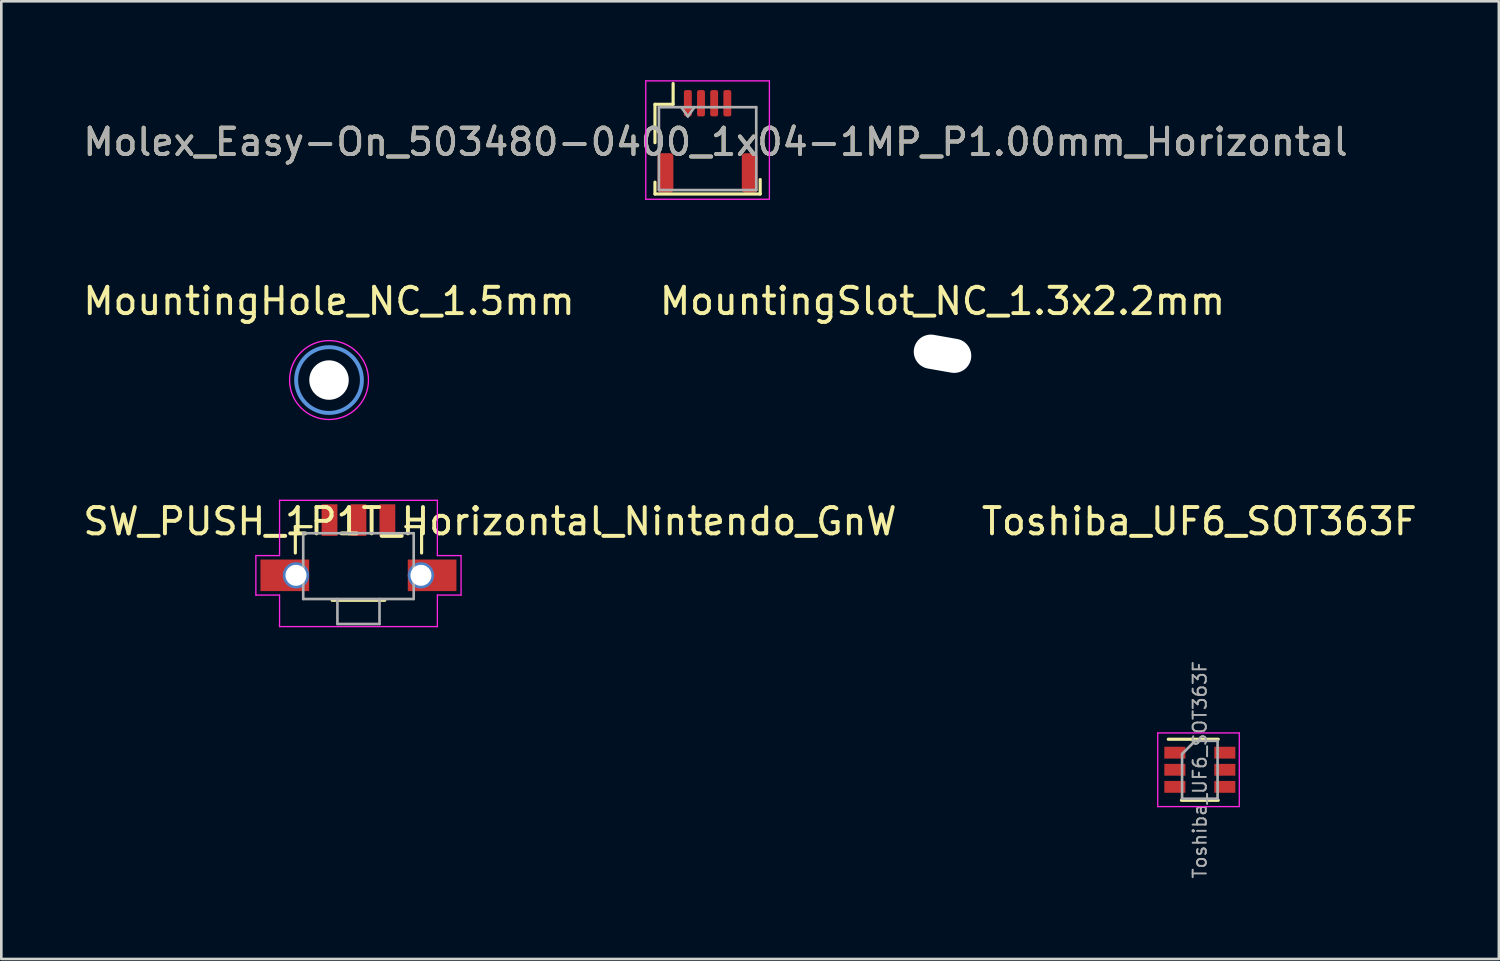
<source format=kicad_pcb>
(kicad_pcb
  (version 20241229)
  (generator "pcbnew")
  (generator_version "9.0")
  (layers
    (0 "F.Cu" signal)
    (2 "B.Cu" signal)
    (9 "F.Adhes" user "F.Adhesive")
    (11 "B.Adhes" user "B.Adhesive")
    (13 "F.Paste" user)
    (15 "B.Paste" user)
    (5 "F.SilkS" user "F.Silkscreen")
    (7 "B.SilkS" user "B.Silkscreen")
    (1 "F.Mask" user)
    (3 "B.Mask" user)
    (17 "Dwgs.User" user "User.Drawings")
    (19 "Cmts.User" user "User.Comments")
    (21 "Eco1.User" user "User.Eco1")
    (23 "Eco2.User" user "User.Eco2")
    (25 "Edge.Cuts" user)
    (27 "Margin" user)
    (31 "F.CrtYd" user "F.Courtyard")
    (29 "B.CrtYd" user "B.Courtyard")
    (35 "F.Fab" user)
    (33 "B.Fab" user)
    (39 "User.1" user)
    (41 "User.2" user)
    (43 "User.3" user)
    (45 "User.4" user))
  (footprint "MountingSlot_NC_1.3x2.2mm"
    (layer "F.Cu")
    (at 32.78 10.398)
    (property "Reference" "MountingSlot_NC_1.3x2.2mm" (at 0 -2 0) (layer "F.SilkS") (effects (font (size 1 1) (thickness 0.15))))
    (attr through_hole)
    (pad "" np_thru_hole oval (at 0 0 350) (size 2.2 1.3) (drill oval 2.2 1.3) (layers "*.Cu" "*.Mask")))
  (footprint "MountingHole_NC_1.5mm"
    (layer "F.Cu")
    (at 9.458 11.398)
    (property "Reference" "MountingHole_NC_1.5mm" (at 0 -3 0) (layer "F.SilkS") (effects (font (size 1 1) (thickness 0.15))))
    (attr through_hole)
    (fp_circle (center 0 0) (end 1.25 0) (stroke (width 0.15) (type solid)) (fill no) (layer "Cmts.User"))
    (fp_circle (center 0 0) (end 1.5 0) (stroke (width 0.05) (type solid)) (fill no) (layer "F.CrtYd"))
    (pad "" np_thru_hole circle (at 0 0) (size 1.5 1.5) (drill 1.5) (layers "*.Cu" "*.Mask")))
  (footprint "Molex_Easy-On_503480-0400_1x04-1MP_P1.00mm_Horizontal"
    (layer "F.Cu")
    (at 23.099 0.875)
    (property "Reference" "Molex_Easy-On_503480-0400_1x04-1MP_P1.00mm_Horizontal" (at 1.05 1.475 0) (layer "F.SilkS") (effects (font (size 1 1) (thickness 0.15))))
    (attr through_hole)
    (fp_line (start -1.25 0.04) (end -0.56 0.04) (stroke (width 0.12) (type solid)) (layer "F.SilkS"))
    (fp_line (start -1.25 1.5) (end -1.25 0.04) (stroke (width 0.12) (type solid)) (layer "F.SilkS"))
    (fp_line (start -1.25 3) (end -1.25 3.45) (stroke (width 0.12) (type solid)) (layer "F.SilkS"))
    (fp_line (start -1.25 3.45) (end 2.75 3.45) (stroke (width 0.12) (type solid)) (layer "F.SilkS"))
    (fp_line (start -0.56 0.04) (end -0.56 -0.75) (stroke (width 0.12) (type solid)) (layer "F.SilkS"))
    (fp_line (start 2.75 3.45) (end 2.75 2.9) (stroke (width 0.12) (type solid)) (layer "F.SilkS"))
    (fp_line (start -1.6 -0.85) (end -1.6 3.65) (stroke (width 0.05) (type solid)) (layer "F.CrtYd"))
    (fp_line (start 3.1 -0.85) (end -1.6 -0.85) (stroke (width 0.05) (type solid)) (layer "F.CrtYd"))
    (fp_line (start 3.1 -0.85) (end 3.1 3.65) (stroke (width 0.05) (type solid)) (layer "F.CrtYd"))
    (fp_line (start 3.1 3.65) (end -1.6 3.65) (stroke (width 0.05) (type solid)) (layer "F.CrtYd"))
    (fp_line (start -1.1 0.15) (end -1.1 3.3) (stroke (width 0.1) (type solid)) (layer "F.Fab"))
    (fp_line (start -1.1 0.15) (end 2.6 0.15) (stroke (width 0.1) (type solid)) (layer "F.Fab"))
    (fp_line (start -1.1 3.3) (end 2.6 3.3) (stroke (width 0.1) (type solid)) (layer "F.Fab"))
    (fp_line (start -0.25 0.15) (end 0 0.5) (stroke (width 0.1) (type solid)) (layer "F.Fab"))
    (fp_line (start 0 0.5) (end 0.25 0.15) (stroke (width 0.1) (type solid)) (layer "F.Fab"))
    (fp_line (start 2.6 0.15) (end 2.6 3.3) (stroke (width 0.1) (type solid)) (layer "F.Fab"))
    (fp_text user "${REFERENCE}" (at 1.05 1.475 0) (layer "F.Fab") (effects (font (size 1 1) (thickness 0.15))))
    (pad "1" smd roundrect (at 0 0) (size 0.3 1) (layers "F.Cu" "F.Mask" "F.Paste") (roundrect_rratio 0.25))
    (pad "2" smd roundrect (at 0.5 0) (size 0.3 1) (layers "F.Cu" "F.Mask" "F.Paste") (roundrect_rratio 0.25))
    (pad "3" smd roundrect (at 1 0) (size 0.3 1) (layers "F.Cu" "F.Mask" "F.Paste") (roundrect_rratio 0.25))
    (pad "4" smd roundrect (at 1.5 0) (size 0.3 1) (layers "F.Cu" "F.Mask" "F.Paste") (roundrect_rratio 0.25))
    (pad "MP" smd roundrect (at -0.85 2.65) (size 0.6 1.5) (layers "F.Cu" "F.Mask" "F.Paste") (roundrect_rratio 0.208))
    (pad "MP" smd roundrect (at 2.35 2.65) (size 0.6 1.5) (layers "F.Cu" "F.Mask" "F.Paste") (roundrect_rratio 0.208)))
  (footprint "SW_PUSH_1P1T_Horizontal_Nintendo_GnW"
    (layer "F.Cu")
    (at 10.577 18.471)
    (property "Reference" "SW_PUSH_1P1T_Horizontal_Nintendo_GnW" (at 5 -1.7 0) (layer "F.SilkS") (effects (font (size 1 1) (thickness 0.15))))
    (attr through_hole)
    (fp_line (start -2.4 -1.5) (end -2.4 -0.5) (stroke (width 0.12) (type solid)) (layer "F.SilkS"))
    (fp_line (start -1.8 -1.5) (end -2.4 -1.5) (stroke (width 0.12) (type solid)) (layer "F.SilkS"))
    (fp_line (start -1 1.3) (end 1 1.3) (stroke (width 0.12) (type solid)) (layer "F.SilkS"))
    (fp_line (start 1.8 -1.5) (end 2.4 -1.5) (stroke (width 0.12) (type solid)) (layer "F.SilkS"))
    (fp_line (start 2.4 -1.5) (end 2.4 -0.5) (stroke (width 0.12) (type solid)) (layer "F.SilkS"))
    (fp_line (start -3 1.75) (end -1.575 1.75) (stroke (width 0.12) (type solid)) (layer "Eco2.User"))
    (fp_line (start -1.575 -0.75) (end 1.575 -0.75) (stroke (width 0.12) (type solid)) (layer "Eco2.User"))
    (fp_line (start -1.575 1.75) (end -1.575 -0.75) (stroke (width 0.12) (type solid)) (layer "Eco2.User"))
    (fp_line (start 1.575 1.75) (end 1.575 -0.75) (stroke (width 0.12) (type solid)) (layer "Eco2.User"))
    (fp_line (start 3 1.75) (end 1.575 1.75) (stroke (width 0.12) (type solid)) (layer "Eco2.User"))
    (fp_line (start -3.9 -0.4) (end -3 -0.4) (stroke (width 0.05) (type solid)) (layer "F.CrtYd"))
    (fp_line (start -3.9 1.1) (end -3.9 -0.4) (stroke (width 0.05) (type solid)) (layer "F.CrtYd"))
    (fp_line (start -3.9 1.1) (end -3 1.1) (stroke (width 0.05) (type solid)) (layer "F.CrtYd"))
    (fp_line (start -3 -2.5) (end 3 -2.5) (stroke (width 0.05) (type solid)) (layer "F.CrtYd"))
    (fp_line (start -3 -0.4) (end -3 -2.5) (stroke (width 0.05) (type solid)) (layer "F.CrtYd"))
    (fp_line (start -3 2.3) (end -3 1.1) (stroke (width 0.05) (type solid)) (layer "F.CrtYd"))
    (fp_line (start -3 2.3) (end 3 2.3) (stroke (width 0.05) (type solid)) (layer "F.CrtYd"))
    (fp_line (start 3 -0.4) (end 3 -2.5) (stroke (width 0.05) (type solid)) (layer "F.CrtYd"))
    (fp_line (start 3 1.1) (end 3.9 1.1) (stroke (width 0.05) (type solid)) (layer "F.CrtYd"))
    (fp_line (start 3 2.3) (end 3 1.1) (stroke (width 0.05) (type solid)) (layer "F.CrtYd"))
    (fp_line (start 3.9 -0.4) (end 3 -0.4) (stroke (width 0.05) (type solid)) (layer "F.CrtYd"))
    (fp_line (start 3.9 1.1) (end 3.9 -0.4) (stroke (width 0.05) (type solid)) (layer "F.CrtYd"))
    (fp_line (start -2.1 -1.25) (end -2.1 1.25) (stroke (width 0.1) (type solid)) (layer "F.Fab"))
    (fp_line (start -2.1 -1.25) (end 2.1 -1.25) (stroke (width 0.1) (type solid)) (layer "F.Fab"))
    (fp_line (start -2.1 1.25) (end 2.1 1.25) (stroke (width 0.1) (type solid)) (layer "F.Fab"))
    (fp_line (start -0.8 2.2) (end -0.8 1.25) (stroke (width 0.1) (type solid)) (layer "F.Fab"))
    (fp_line (start -0.8 2.2) (end 0.8 2.2) (stroke (width 0.1) (type solid)) (layer "F.Fab"))
    (fp_line (start 0.8 2.2) (end 0.8 1.25) (stroke (width 0.1) (type solid)) (layer "F.Fab"))
    (fp_line (start 2.1 -1.25) (end 2.1 1.25) (stroke (width 0.1) (type solid)) (layer "F.Fab"))
    (fp_text user "PCB EDGE CUT" (at 0.075 2.175 0) (layer "Eco2.User") (effects (font (size 0.5 0.5) (thickness 0.1))))
    (pad "1" smd rect (at -1.1 -1.75) (size 0.6 1.2) (layers "F.Cu" "F.Mask" "F.Paste"))
    (pad "1" smd rect (at 1.1 -1.75) (size 0.6 1.2) (layers "F.Cu" "F.Mask" "F.Paste"))
    (pad "2" smd rect (at 0 -1.75) (size 0.6 1.2) (layers "F.Cu" "F.Mask" "F.Paste"))
    (pad "MP" thru_hole circle (at -2.375 0.35) (size 1 1) (drill 0.8) (layers "*.Cu" "*.Mask"))
    (pad "MP" smd rect (at -2.375 0.35 180) (size 1.85 1.2) (drill (offset 0.425 0)) (layers "F.Cu" "F.Mask" "F.Paste"))
    (pad "MP" thru_hole circle (at 2.375 0.35) (size 1 1) (drill 0.8) (layers "*.Cu" "*.Mask"))
    (pad "MP" smd rect (at 2.375 0.35) (size 1.85 1.2) (drill (offset 0.425 0)) (layers "F.Cu" "F.Mask" "F.Paste")))
  (footprint "Toshiba_UF6_SOT363F"
    (layer "F.Cu")
    (at 42.562 26.213)
    (property "Reference" "Toshiba_UF6_SOT363F" (at -0.02 -9.442 0) (layer "F.SilkS") (effects (font (size 1 1) (thickness 0.15))))
    (attr through_hole)
    (fp_line (start -0.7 1.16) (end 0.7 1.16) (stroke (width 0.12) (type solid)) (layer "F.SilkS"))
    (fp_line (start 0.7 -1.16) (end -1.2 -1.16) (stroke (width 0.12) (type solid)) (layer "F.SilkS"))
    (fp_line (start -1.6 -1.4) (end -1.6 1.4) (stroke (width 0.05) (type solid)) (layer "F.CrtYd"))
    (fp_line (start -1.6 -1.4) (end 1.5 -1.4) (stroke (width 0.05) (type solid)) (layer "F.CrtYd"))
    (fp_line (start -1.6 1.4) (end 1.5 1.4) (stroke (width 0.05) (type solid)) (layer "F.CrtYd"))
    (fp_line (start 1.5 1.4) (end 1.5 -1.4) (stroke (width 0.05) (type solid)) (layer "F.CrtYd"))
    (fp_line (start -0.675 -0.6) (end -0.675 1.1) (stroke (width 0.1) (type solid)) (layer "F.Fab"))
    (fp_line (start -0.175 -1.1) (end -0.675 -0.6) (stroke (width 0.1) (type solid)) (layer "F.Fab"))
    (fp_line (start 0.675 -1.1) (end -0.175 -1.1) (stroke (width 0.1) (type solid)) (layer "F.Fab"))
    (fp_line (start 0.675 -1.1) (end 0.675 1.1) (stroke (width 0.1) (type solid)) (layer "F.Fab"))
    (fp_line (start 0.675 1.1) (end -0.675 1.1) (stroke (width 0.1) (type solid)) (layer "F.Fab"))
    (fp_text user "${REFERENCE}" (at 0 0 90) (layer "F.Fab") (effects (font (size 0.5 0.5) (thickness 0.075))))
    (pad "1" smd rect (at -0.95 -0.65) (size 0.8 0.45) (layers "F.Cu" "F.Mask" "F.Paste"))
    (pad "2" smd rect (at -0.95 0) (size 0.8 0.45) (layers "F.Cu" "F.Mask" "F.Paste"))
    (pad "3" smd rect (at -0.95 0.65) (size 0.8 0.45) (layers "F.Cu" "F.Mask" "F.Paste"))
    (pad "4" smd rect (at 0.95 0.65) (size 0.8 0.45) (layers "F.Cu" "F.Mask" "F.Paste"))
    (pad "5" smd rect (at 0.95 0) (size 0.8 0.45) (layers "F.Cu" "F.Mask" "F.Paste"))
    (pad "6" smd rect (at 0.95 -0.65) (size 0.8 0.45) (layers "F.Cu" "F.Mask" "F.Paste")))
  (gr_rect
    (start -3 -3)
    (end 53.929 33.407)
    (stroke (width 0.1) (type default))
    (fill no)
    (layer "Edge.Cuts")))
</source>
